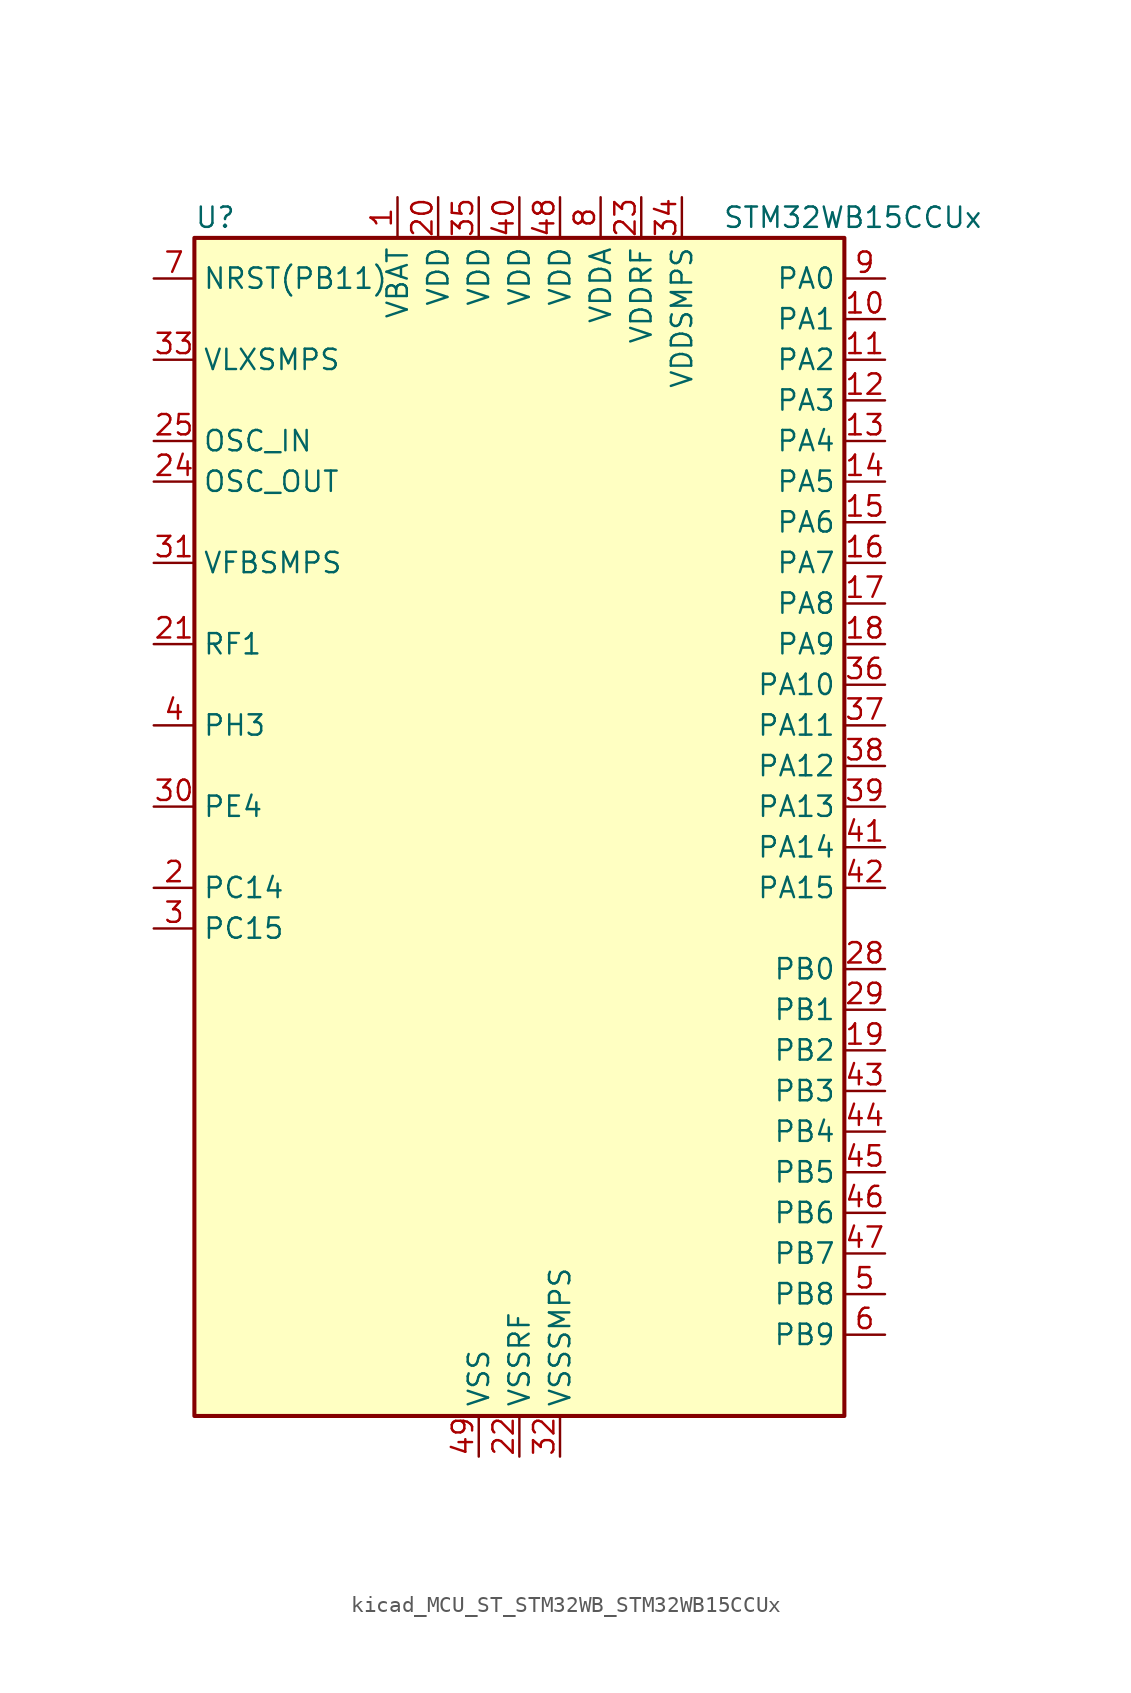
<source format=kicad_sym>
(kicad_symbol_lib
  (version 20220914)
  (generator kicad_symbol_editor)
  (symbol "kicad_MCU_ST_STM32WB_STM32WB15CCUx"
    (property "Reference" "U"
      (at -20.32 39.37 0)
      (effects (font (size 1.27 1.27)) (justify left)))
    (property "Value" "STM32WB15CCUx"
      (at 12.7 39.37 0)
      (effects (font (size 1.27 1.27)) (justify left)))
    (property "ki_locked" ""
      (at 0 0 0)
      (effects (font (size 1.27 1.27))))
    (symbol "kicad_MCU_ST_STM32WB_STM32WB15CCUx_0_1"
      (rectangle (start -20.32 -35.56) (end 20.32 38.1) (stroke (width 0.254) (type default)) (fill (type background))))
    (symbol "kicad_MCU_ST_STM32WB_STM32WB15CCUx_1_1"
      (pin power_in line (at -7.62 40.64 270) (length 2.54) (name "VBAT" (effects (font (size 1.27 1.27)))) (number "1" (effects (font (size 1.27 1.27)))))
      (pin bidirectional line (at 22.86 33.02 180) (length 2.54) (name "PA1" (effects (font (size 1.27 1.27)))) (number "10" (effects (font (size 1.27 1.27)))) (alternate "ADC1_IN6" bidirectional line) (alternate "COMP1_INP" bidirectional line) (alternate "I2C1_SMBA" bidirectional line) (alternate "SPI1_SCK" bidirectional line) (alternate "TIM2_CH2" bidirectional line))
      (pin bidirectional line (at 22.86 30.48 180) (length 2.54) (name "PA2" (effects (font (size 1.27 1.27)))) (number "11" (effects (font (size 1.27 1.27)))) (alternate "ADC1_IN7" bidirectional line) (alternate "LPUART1_TX" bidirectional line) (alternate "RCC_LSCO" bidirectional line) (alternate "SYS_WKUP4" bidirectional line) (alternate "TIM2_CH3" bidirectional line))
      (pin bidirectional line (at 22.86 27.94 180) (length 2.54) (name "PA3" (effects (font (size 1.27 1.27)))) (number "12" (effects (font (size 1.27 1.27)))) (alternate "ADC1_IN8" bidirectional line) (alternate "LPUART1_RX" bidirectional line) (alternate "TIM2_CH4" bidirectional line))
      (pin bidirectional line (at 22.86 25.4 180) (length 2.54) (name "PA4" (effects (font (size 1.27 1.27)))) (number "13" (effects (font (size 1.27 1.27)))) (alternate "ADC1_IN9" bidirectional line) (alternate "COMP1_INM" bidirectional line) (alternate "LPTIM2_OUT" bidirectional line) (alternate "SPI1_NSS" bidirectional line))
      (pin bidirectional line (at 22.86 22.86 180) (length 2.54) (name "PA5" (effects (font (size 1.27 1.27)))) (number "14" (effects (font (size 1.27 1.27)))) (alternate "ADC1_IN10" bidirectional line) (alternate "COMP1_INM" bidirectional line) (alternate "LPTIM2_ETR" bidirectional line) (alternate "SPI1_MOSI" bidirectional line) (alternate "SPI1_SCK" bidirectional line) (alternate "TIM2_CH1" bidirectional line) (alternate "TIM2_ETR" bidirectional line))
      (pin bidirectional line (at 22.86 20.32 180) (length 2.54) (name "PA6" (effects (font (size 1.27 1.27)))) (number "15" (effects (font (size 1.27 1.27)))) (alternate "ADC1_IN11" bidirectional line) (alternate "LPUART1_CTS" bidirectional line) (alternate "SPI1_MISO" bidirectional line) (alternate "TIM1_BKIN" bidirectional line))
      (pin bidirectional line (at 22.86 17.78 180) (length 2.54) (name "PA7" (effects (font (size 1.27 1.27)))) (number "16" (effects (font (size 1.27 1.27)))) (alternate "ADC1_IN2" bidirectional line) (alternate "SPI1_MOSI" bidirectional line) (alternate "TIM1_CH1N" bidirectional line))
      (pin bidirectional line (at 22.86 15.24 180) (length 2.54) (name "PA8" (effects (font (size 1.27 1.27)))) (number "17" (effects (font (size 1.27 1.27)))) (alternate "ADC1_IN3" bidirectional line) (alternate "LPTIM2_OUT" bidirectional line) (alternate "RCC_MCO" bidirectional line) (alternate "TIM1_CH1" bidirectional line) (alternate "USART1_CK" bidirectional line))
      (pin bidirectional line (at 22.86 12.7 180) (length 2.54) (name "PA9" (effects (font (size 1.27 1.27)))) (number "18" (effects (font (size 1.27 1.27)))) (alternate "ADC1_IN4" bidirectional line) (alternate "COMP1_INM" bidirectional line) (alternate "I2C1_SCL" bidirectional line) (alternate "TIM1_CH2" bidirectional line) (alternate "USART1_TX" bidirectional line))
      (pin bidirectional line (at 22.86 -12.7 180) (length 2.54) (name "PB2" (effects (font (size 1.27 1.27)))) (number "19" (effects (font (size 1.27 1.27)))) (alternate "COMP1_INP" bidirectional line) (alternate "LPTIM1_OUT" bidirectional line) (alternate "RTC_OUT" bidirectional line) (alternate "SPI1_NSS" bidirectional line))
      (pin bidirectional line (at -22.86 -2.54 0) (length 2.54) (name "PC14" (effects (font (size 1.27 1.27)))) (number "2" (effects (font (size 1.27 1.27)))) (alternate "RCC_OSC32_IN" bidirectional line))
      (pin power_in line (at -5.08 40.64 270) (length 2.54) (name "VDD" (effects (font (size 1.27 1.27)))) (number "20" (effects (font (size 1.27 1.27)))))
      (pin bidirectional line (at -22.86 12.7 0) (length 2.54) (name "RF1" (effects (font (size 1.27 1.27)))) (number "21" (effects (font (size 1.27 1.27)))) (alternate "RF_RF1" bidirectional line))
      (pin power_in line (at 0 -38.1 90) (length 2.54) (name "VSSRF" (effects (font (size 1.27 1.27)))) (number "22" (effects (font (size 1.27 1.27)))))
      (pin power_in line (at 7.62 40.64 270) (length 2.54) (name "VDDRF" (effects (font (size 1.27 1.27)))) (number "23" (effects (font (size 1.27 1.27)))))
      (pin input line (at -22.86 22.86 0) (length 2.54) (name "OSC_OUT" (effects (font (size 1.27 1.27)))) (number "24" (effects (font (size 1.27 1.27)))) (alternate "RCC_OSC_OUT" bidirectional line))
      (pin input line (at -22.86 25.4 0) (length 2.54) (name "OSC_IN" (effects (font (size 1.27 1.27)))) (number "25" (effects (font (size 1.27 1.27)))) (alternate "RCC_OSC_IN" bidirectional line))
      (pin no_connect line (at -20.32 -35.56 0) (length 2.54) hide (name "AT0" (effects (font (size 1.27 1.27)))) (number "26" (effects (font (size 1.27 1.27)))))
      (pin no_connect line (at -20.32 -33.02 0) (length 2.54) hide (name "AT1" (effects (font (size 1.27 1.27)))) (number "27" (effects (font (size 1.27 1.27)))))
      (pin bidirectional line (at 22.86 -7.62 180) (length 2.54) (name "PB0" (effects (font (size 1.27 1.27)))) (number "28" (effects (font (size 1.27 1.27)))) (alternate "COMP1_OUT" bidirectional line) (alternate "RF_TX_MOD_EXT_PA" bidirectional line))
      (pin bidirectional line (at 22.86 -10.16 180) (length 2.54) (name "PB1" (effects (font (size 1.27 1.27)))) (number "29" (effects (font (size 1.27 1.27)))) (alternate "LPTIM2_IN1" bidirectional line) (alternate "LPUART1_DE" bidirectional line) (alternate "LPUART1_RTS" bidirectional line))
      (pin bidirectional line (at -22.86 -5.08 0) (length 2.54) (name "PC15" (effects (font (size 1.27 1.27)))) (number "3" (effects (font (size 1.27 1.27)))) (alternate "RCC_OSC32_OUT" bidirectional line))
      (pin bidirectional line (at -22.86 2.54 0) (length 2.54) (name "PE4" (effects (font (size 1.27 1.27)))) (number "30" (effects (font (size 1.27 1.27)))))
      (pin input line (at -22.86 17.78 0) (length 2.54) (name "VFBSMPS" (effects (font (size 1.27 1.27)))) (number "31" (effects (font (size 1.27 1.27)))))
      (pin power_in line (at 2.54 -38.1 90) (length 2.54) (name "VSSSMPS" (effects (font (size 1.27 1.27)))) (number "32" (effects (font (size 1.27 1.27)))))
      (pin power_in line (at -22.86 30.48 0) (length 2.54) (name "VLXSMPS" (effects (font (size 1.27 1.27)))) (number "33" (effects (font (size 1.27 1.27)))))
      (pin power_in line (at 10.16 40.64 270) (length 2.54) (name "VDDSMPS" (effects (font (size 1.27 1.27)))) (number "34" (effects (font (size 1.27 1.27)))))
      (pin power_in line (at -2.54 40.64 270) (length 2.54) (name "VDD" (effects (font (size 1.27 1.27)))) (number "35" (effects (font (size 1.27 1.27)))))
      (pin bidirectional line (at 22.86 10.16 180) (length 2.54) (name "PA10" (effects (font (size 1.27 1.27)))) (number "36" (effects (font (size 1.27 1.27)))) (alternate "I2C1_SDA" bidirectional line) (alternate "TIM1_CH3" bidirectional line) (alternate "TSC_G7_IO2" bidirectional line) (alternate "USART1_RX" bidirectional line))
      (pin bidirectional line (at 22.86 7.62 180) (length 2.54) (name "PA11" (effects (font (size 1.27 1.27)))) (number "37" (effects (font (size 1.27 1.27)))) (alternate "ADC1_EXTI11" bidirectional line) (alternate "SPI1_MISO" bidirectional line) (alternate "TIM1_BKIN2" bidirectional line) (alternate "TIM1_CH4" bidirectional line) (alternate "USART1_CTS" bidirectional line) (alternate "USART1_NSS" bidirectional line))
      (pin bidirectional line (at 22.86 5.08 180) (length 2.54) (name "PA12" (effects (font (size 1.27 1.27)))) (number "38" (effects (font (size 1.27 1.27)))) (alternate "LPUART1_RX" bidirectional line) (alternate "SPI1_MOSI" bidirectional line) (alternate "TIM1_ETR" bidirectional line) (alternate "USART1_DE" bidirectional line) (alternate "USART1_RTS" bidirectional line))
      (pin bidirectional line (at 22.86 2.54 180) (length 2.54) (name "PA13" (effects (font (size 1.27 1.27)))) (number "39" (effects (font (size 1.27 1.27)))) (alternate "SPI1_MOSI" bidirectional line) (alternate "SYS_JTMS-SWDIO" bidirectional line) (alternate "TSC_G7_IO1" bidirectional line))
      (pin bidirectional line (at -22.86 7.62 0) (length 2.54) (name "PH3" (effects (font (size 1.27 1.27)))) (number "4" (effects (font (size 1.27 1.27)))) (alternate "RCC_LSCO" bidirectional line))
      (pin power_in line (at 0 40.64 270) (length 2.54) (name "VDD" (effects (font (size 1.27 1.27)))) (number "40" (effects (font (size 1.27 1.27)))))
      (pin bidirectional line (at 22.86 0 180) (length 2.54) (name "PA14" (effects (font (size 1.27 1.27)))) (number "41" (effects (font (size 1.27 1.27)))) (alternate "I2C1_SMBA" bidirectional line) (alternate "LPTIM1_OUT" bidirectional line) (alternate "SPI1_NSS" bidirectional line) (alternate "SYS_JTCK-SWCLK" bidirectional line))
      (pin bidirectional line (at 22.86 -2.54 180) (length 2.54) (name "PA15" (effects (font (size 1.27 1.27)))) (number "42" (effects (font (size 1.27 1.27)))) (alternate "RCC_MCO" bidirectional line) (alternate "SPI1_NSS" bidirectional line) (alternate "SYS_JTDI" bidirectional line) (alternate "TIM2_CH1" bidirectional line) (alternate "TIM2_ETR" bidirectional line))
      (pin bidirectional line (at 22.86 -15.24 180) (length 2.54) (name "PB3" (effects (font (size 1.27 1.27)))) (number "43" (effects (font (size 1.27 1.27)))) (alternate "SPI1_SCK" bidirectional line) (alternate "SYS_JTDO-SWO" bidirectional line) (alternate "TIM2_CH2" bidirectional line) (alternate "USART1_DE" bidirectional line) (alternate "USART1_RTS" bidirectional line))
      (pin bidirectional line (at 22.86 -17.78 180) (length 2.54) (name "PB4" (effects (font (size 1.27 1.27)))) (number "44" (effects (font (size 1.27 1.27)))) (alternate "SPI1_MISO" bidirectional line) (alternate "SYS_JTRST" bidirectional line) (alternate "TSC_G2_IO1" bidirectional line) (alternate "USART1_CTS" bidirectional line) (alternate "USART1_NSS" bidirectional line))
      (pin bidirectional line (at 22.86 -20.32 180) (length 2.54) (name "PB5" (effects (font (size 1.27 1.27)))) (number "45" (effects (font (size 1.27 1.27)))) (alternate "I2C1_SMBA" bidirectional line) (alternate "LPTIM1_IN1" bidirectional line) (alternate "LPUART1_TX" bidirectional line) (alternate "SPI1_MOSI" bidirectional line) (alternate "TSC_G2_IO2" bidirectional line) (alternate "USART1_CK" bidirectional line))
      (pin bidirectional line (at 22.86 -22.86 180) (length 2.54) (name "PB6" (effects (font (size 1.27 1.27)))) (number "46" (effects (font (size 1.27 1.27)))) (alternate "I2C1_SCL" bidirectional line) (alternate "LPTIM1_ETR" bidirectional line) (alternate "RCC_MCO" bidirectional line) (alternate "SPI1_NSS" bidirectional line) (alternate "TSC_G2_IO3" bidirectional line) (alternate "USART1_TX" bidirectional line))
      (pin bidirectional line (at 22.86 -25.4 180) (length 2.54) (name "PB7" (effects (font (size 1.27 1.27)))) (number "47" (effects (font (size 1.27 1.27)))) (alternate "I2C1_SDA" bidirectional line) (alternate "LPTIM1_IN2" bidirectional line) (alternate "SYS_PVD_IN" bidirectional line) (alternate "TIM1_BKIN" bidirectional line) (alternate "TIM1_CH3" bidirectional line) (alternate "TSC_G2_IO4" bidirectional line) (alternate "USART1_RX" bidirectional line))
      (pin power_in line (at 2.54 40.64 270) (length 2.54) (name "VDD" (effects (font (size 1.27 1.27)))) (number "48" (effects (font (size 1.27 1.27)))))
      (pin power_in line (at -2.54 -38.1 90) (length 2.54) (name "VSS" (effects (font (size 1.27 1.27)))) (number "49" (effects (font (size 1.27 1.27)))))
      (pin bidirectional line (at 22.86 -27.94 180) (length 2.54) (name "PB8" (effects (font (size 1.27 1.27)))) (number "5" (effects (font (size 1.27 1.27)))) (alternate "I2C1_SCL" bidirectional line) (alternate "TIM1_CH2N" bidirectional line) (alternate "TSC_G7_IO3" bidirectional line))
      (pin bidirectional line (at 22.86 -30.48 180) (length 2.54) (name "PB9" (effects (font (size 1.27 1.27)))) (number "6" (effects (font (size 1.27 1.27)))) (alternate "I2C1_SDA" bidirectional line) (alternate "TIM1_CH3N" bidirectional line) (alternate "TSC_G7_IO4" bidirectional line))
      (pin input line (at -22.86 35.56 0) (length 2.54) (name "NRST(PB11)" (effects (font (size 1.27 1.27)))) (number "7" (effects (font (size 1.27 1.27)))))
      (pin power_in line (at 5.08 40.64 270) (length 2.54) (name "VDDA" (effects (font (size 1.27 1.27)))) (number "8" (effects (font (size 1.27 1.27)))))
      (pin bidirectional line (at 22.86 35.56 180) (length 2.54) (name "PA0" (effects (font (size 1.27 1.27)))) (number "9" (effects (font (size 1.27 1.27)))) (alternate "ADC1_IN5" bidirectional line) (alternate "COMP1_INM" bidirectional line) (alternate "COMP1_OUT" bidirectional line) (alternate "RTC_TAMP2" bidirectional line) (alternate "SYS_WKUP1" bidirectional line) (alternate "TIM2_CH1" bidirectional line) (alternate "TIM2_ETR" bidirectional line)))))
</source>
